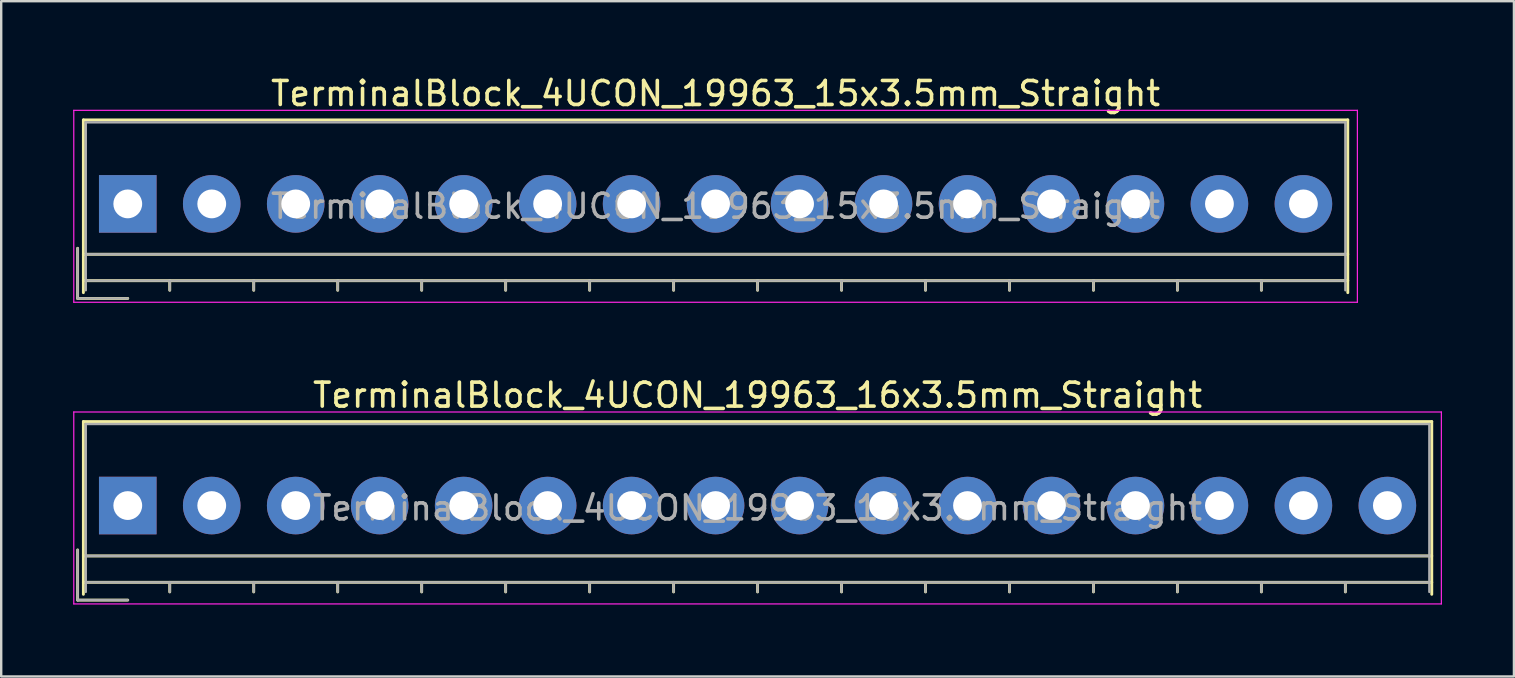
<source format=kicad_pcb>
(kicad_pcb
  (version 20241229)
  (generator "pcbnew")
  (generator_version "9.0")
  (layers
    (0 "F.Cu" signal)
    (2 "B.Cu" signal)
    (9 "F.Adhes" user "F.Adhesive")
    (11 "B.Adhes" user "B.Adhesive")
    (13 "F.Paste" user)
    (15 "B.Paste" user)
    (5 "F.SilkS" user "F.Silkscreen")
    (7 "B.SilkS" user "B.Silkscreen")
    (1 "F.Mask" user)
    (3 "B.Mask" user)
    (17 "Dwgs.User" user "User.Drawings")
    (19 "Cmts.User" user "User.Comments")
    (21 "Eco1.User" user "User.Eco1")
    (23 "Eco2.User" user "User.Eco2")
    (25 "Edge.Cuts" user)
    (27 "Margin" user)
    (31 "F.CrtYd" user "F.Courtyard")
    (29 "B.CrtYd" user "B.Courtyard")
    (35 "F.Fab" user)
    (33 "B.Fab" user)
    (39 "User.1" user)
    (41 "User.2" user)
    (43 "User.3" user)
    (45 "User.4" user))
  (footprint "TerminalBlock_4UCON_19963_15x3.5mm_Straight"
    (layer "F.Cu")
    (at 2.275 5.448)
    (property "Reference" "TerminalBlock_4UCON_19963_15x3.5mm_Straight" (at 24.5 -4.6 0) (layer "F.SilkS") (effects (font (size 1 1) (thickness 0.15))))
    (attr through_hole)
    (fp_line (start -2.09 1.85) (end -2.09 3.94) (stroke (width 0.12) (type solid)) (layer "F.SilkS"))
    (fp_line (start -2.09 3.94) (end 0 3.94) (stroke (width 0.12) (type solid)) (layer "F.SilkS"))
    (fp_line (start -1.85 -3.5) (end 50.85 -3.5) (stroke (width 0.12) (type solid)) (layer "F.SilkS"))
    (fp_line (start -1.85 2.1) (end 50.85 2.1) (stroke (width 0.12) (type solid)) (layer "F.SilkS"))
    (fp_line (start -1.85 3.2) (end 50.85 3.2) (stroke (width 0.12) (type solid)) (layer "F.SilkS"))
    (fp_line (start -1.85 3.7) (end -1.85 -3.5) (stroke (width 0.12) (type solid)) (layer "F.SilkS"))
    (fp_line (start 1.75 3.2) (end 1.75 3.6) (stroke (width 0.12) (type solid)) (layer "F.SilkS"))
    (fp_line (start 5.25 3.2) (end 5.25 3.6) (stroke (width 0.12) (type solid)) (layer "F.SilkS"))
    (fp_line (start 8.75 3.2) (end 8.75 3.6) (stroke (width 0.12) (type solid)) (layer "F.SilkS"))
    (fp_line (start 12.25 3.2) (end 12.25 3.6) (stroke (width 0.12) (type solid)) (layer "F.SilkS"))
    (fp_line (start 15.75 3.2) (end 15.75 3.6) (stroke (width 0.12) (type solid)) (layer "F.SilkS"))
    (fp_line (start 19.25 3.2) (end 19.25 3.6) (stroke (width 0.12) (type solid)) (layer "F.SilkS"))
    (fp_line (start 22.75 3.2) (end 22.75 3.6) (stroke (width 0.12) (type solid)) (layer "F.SilkS"))
    (fp_line (start 26.25 3.2) (end 26.25 3.6) (stroke (width 0.12) (type solid)) (layer "F.SilkS"))
    (fp_line (start 29.75 3.2) (end 29.75 3.6) (stroke (width 0.12) (type solid)) (layer "F.SilkS"))
    (fp_line (start 33.25 3.2) (end 33.25 3.6) (stroke (width 0.12) (type solid)) (layer "F.SilkS"))
    (fp_line (start 36.75 3.2) (end 36.75 3.6) (stroke (width 0.12) (type solid)) (layer "F.SilkS"))
    (fp_line (start 40.25 3.2) (end 40.25 3.6) (stroke (width 0.12) (type solid)) (layer "F.SilkS"))
    (fp_line (start 43.75 3.2) (end 43.75 3.6) (stroke (width 0.12) (type solid)) (layer "F.SilkS"))
    (fp_line (start 47.25 3.2) (end 47.25 3.6) (stroke (width 0.12) (type solid)) (layer "F.SilkS"))
    (fp_line (start 50.85 -3.5) (end 50.85 3.7) (stroke (width 0.12) (type solid)) (layer "F.SilkS"))
    (fp_line (start -2.25 -3.9) (end -2.25 4.1) (stroke (width 0.05) (type solid)) (layer "F.CrtYd"))
    (fp_line (start -2.25 4.1) (end 51.25 4.1) (stroke (width 0.05) (type solid)) (layer "F.CrtYd"))
    (fp_line (start 51.25 -3.9) (end -2.25 -3.9) (stroke (width 0.05) (type solid)) (layer "F.CrtYd"))
    (fp_line (start 51.25 4.1) (end 51.25 -3.9) (stroke (width 0.05) (type solid)) (layer "F.CrtYd"))
    (fp_line (start -2.09 1.85) (end -2.09 3.94) (stroke (width 0.1) (type solid)) (layer "F.Fab"))
    (fp_line (start -2.09 3.94) (end 0 3.94) (stroke (width 0.1) (type solid)) (layer "F.Fab"))
    (fp_line (start -1.75 -3.4) (end 50.75 -3.4) (stroke (width 0.1) (type solid)) (layer "F.Fab"))
    (fp_line (start -1.75 2.1) (end 50.75 2.1) (stroke (width 0.1) (type solid)) (layer "F.Fab"))
    (fp_line (start -1.75 3.2) (end 50.75 3.2) (stroke (width 0.1) (type solid)) (layer "F.Fab"))
    (fp_line (start -1.75 3.6) (end -1.75 -3.4) (stroke (width 0.1) (type solid)) (layer "F.Fab"))
    (fp_line (start 1.75 3.2) (end 1.75 3.6) (stroke (width 0.1) (type solid)) (layer "F.Fab"))
    (fp_line (start 5.25 3.2) (end 5.25 3.6) (stroke (width 0.1) (type solid)) (layer "F.Fab"))
    (fp_line (start 8.75 3.2) (end 8.75 3.6) (stroke (width 0.1) (type solid)) (layer "F.Fab"))
    (fp_line (start 12.25 3.2) (end 12.25 3.6) (stroke (width 0.1) (type solid)) (layer "F.Fab"))
    (fp_line (start 15.75 3.2) (end 15.75 3.6) (stroke (width 0.1) (type solid)) (layer "F.Fab"))
    (fp_line (start 19.25 3.2) (end 19.25 3.6) (stroke (width 0.1) (type solid)) (layer "F.Fab"))
    (fp_line (start 22.75 3.2) (end 22.75 3.6) (stroke (width 0.1) (type solid)) (layer "F.Fab"))
    (fp_line (start 26.25 3.2) (end 26.25 3.6) (stroke (width 0.1) (type solid)) (layer "F.Fab"))
    (fp_line (start 29.75 3.2) (end 29.75 3.6) (stroke (width 0.1) (type solid)) (layer "F.Fab"))
    (fp_line (start 33.25 3.2) (end 33.25 3.6) (stroke (width 0.1) (type solid)) (layer "F.Fab"))
    (fp_line (start 36.75 3.2) (end 36.75 3.6) (stroke (width 0.1) (type solid)) (layer "F.Fab"))
    (fp_line (start 40.25 3.2) (end 40.25 3.6) (stroke (width 0.1) (type solid)) (layer "F.Fab"))
    (fp_line (start 43.75 3.2) (end 43.75 3.6) (stroke (width 0.1) (type solid)) (layer "F.Fab"))
    (fp_line (start 47.25 3.2) (end 47.25 3.6) (stroke (width 0.1) (type solid)) (layer "F.Fab"))
    (fp_line (start 50.75 -3.4) (end 50.75 3.6) (stroke (width 0.1) (type solid)) (layer "F.Fab"))
    (fp_text user "${REFERENCE}" (at 24.5 0.1 0) (layer "F.Fab") (effects (font (size 1 1) (thickness 0.15))))
    (pad "1" thru_hole rect (at 0 0) (size 2.4 2.4) (drill 1.2) (layers "*.Cu" "*.Mask"))
    (pad "2" thru_hole circle (at 3.5 0) (size 2.4 2.4) (drill 1.2) (layers "*.Cu" "*.Mask"))
    (pad "3" thru_hole circle (at 7 0) (size 2.4 2.4) (drill 1.2) (layers "*.Cu" "*.Mask"))
    (pad "4" thru_hole circle (at 10.5 0) (size 2.4 2.4) (drill 1.2) (layers "*.Cu" "*.Mask"))
    (pad "5" thru_hole circle (at 14 0) (size 2.4 2.4) (drill 1.2) (layers "*.Cu" "*.Mask"))
    (pad "6" thru_hole circle (at 17.5 0) (size 2.4 2.4) (drill 1.2) (layers "*.Cu" "*.Mask"))
    (pad "7" thru_hole circle (at 21 0) (size 2.4 2.4) (drill 1.2) (layers "*.Cu" "*.Mask"))
    (pad "8" thru_hole circle (at 24.5 0) (size 2.4 2.4) (drill 1.2) (layers "*.Cu" "*.Mask"))
    (pad "9" thru_hole circle (at 28 0) (size 2.4 2.4) (drill 1.2) (layers "*.Cu" "*.Mask"))
    (pad "10" thru_hole circle (at 31.5 0) (size 2.4 2.4) (drill 1.2) (layers "*.Cu" "*.Mask"))
    (pad "11" thru_hole circle (at 35 0) (size 2.4 2.4) (drill 1.2) (layers "*.Cu" "*.Mask"))
    (pad "12" thru_hole circle (at 38.5 0) (size 2.4 2.4) (drill 1.2) (layers "*.Cu" "*.Mask"))
    (pad "13" thru_hole circle (at 42 0) (size 2.4 2.4) (drill 1.2) (layers "*.Cu" "*.Mask"))
    (pad "14" thru_hole circle (at 45.5 0) (size 2.4 2.4) (drill 1.2) (layers "*.Cu" "*.Mask"))
    (pad "15" thru_hole circle (at 49 0) (size 2.4 2.4) (drill 1.2) (layers "*.Cu" "*.Mask")))
  (footprint "TerminalBlock_4UCON_19963_16x3.5mm_Straight"
    (layer "F.Cu")
    (at 2.275 18.021)
    (property "Reference" "TerminalBlock_4UCON_19963_16x3.5mm_Straight" (at 26.25 -4.6 0) (layer "F.SilkS") (effects (font (size 1 1) (thickness 0.15))))
    (attr through_hole)
    (fp_line (start -2.09 1.85) (end -2.09 3.94) (stroke (width 0.12) (type solid)) (layer "F.SilkS"))
    (fp_line (start -2.09 3.94) (end 0 3.94) (stroke (width 0.12) (type solid)) (layer "F.SilkS"))
    (fp_line (start -1.85 -3.5) (end 54.35 -3.5) (stroke (width 0.12) (type solid)) (layer "F.SilkS"))
    (fp_line (start -1.85 2.1) (end 54.35 2.1) (stroke (width 0.12) (type solid)) (layer "F.SilkS"))
    (fp_line (start -1.85 3.2) (end 54.35 3.2) (stroke (width 0.12) (type solid)) (layer "F.SilkS"))
    (fp_line (start -1.85 3.7) (end -1.85 -3.5) (stroke (width 0.12) (type solid)) (layer "F.SilkS"))
    (fp_line (start 1.75 3.2) (end 1.75 3.6) (stroke (width 0.12) (type solid)) (layer "F.SilkS"))
    (fp_line (start 5.25 3.2) (end 5.25 3.6) (stroke (width 0.12) (type solid)) (layer "F.SilkS"))
    (fp_line (start 8.75 3.2) (end 8.75 3.6) (stroke (width 0.12) (type solid)) (layer "F.SilkS"))
    (fp_line (start 12.25 3.2) (end 12.25 3.6) (stroke (width 0.12) (type solid)) (layer "F.SilkS"))
    (fp_line (start 15.75 3.2) (end 15.75 3.6) (stroke (width 0.12) (type solid)) (layer "F.SilkS"))
    (fp_line (start 19.25 3.2) (end 19.25 3.6) (stroke (width 0.12) (type solid)) (layer "F.SilkS"))
    (fp_line (start 22.75 3.2) (end 22.75 3.6) (stroke (width 0.12) (type solid)) (layer "F.SilkS"))
    (fp_line (start 26.25 3.2) (end 26.25 3.6) (stroke (width 0.12) (type solid)) (layer "F.SilkS"))
    (fp_line (start 29.75 3.2) (end 29.75 3.6) (stroke (width 0.12) (type solid)) (layer "F.SilkS"))
    (fp_line (start 33.25 3.2) (end 33.25 3.6) (stroke (width 0.12) (type solid)) (layer "F.SilkS"))
    (fp_line (start 36.75 3.2) (end 36.75 3.6) (stroke (width 0.12) (type solid)) (layer "F.SilkS"))
    (fp_line (start 40.25 3.2) (end 40.25 3.6) (stroke (width 0.12) (type solid)) (layer "F.SilkS"))
    (fp_line (start 43.75 3.2) (end 43.75 3.6) (stroke (width 0.12) (type solid)) (layer "F.SilkS"))
    (fp_line (start 47.25 3.2) (end 47.25 3.6) (stroke (width 0.12) (type solid)) (layer "F.SilkS"))
    (fp_line (start 50.75 3.2) (end 50.75 3.6) (stroke (width 0.12) (type solid)) (layer "F.SilkS"))
    (fp_line (start 54.35 -3.5) (end 54.35 3.7) (stroke (width 0.12) (type solid)) (layer "F.SilkS"))
    (fp_line (start -2.25 -3.9) (end -2.25 4.1) (stroke (width 0.05) (type solid)) (layer "F.CrtYd"))
    (fp_line (start -2.25 4.1) (end 54.75 4.1) (stroke (width 0.05) (type solid)) (layer "F.CrtYd"))
    (fp_line (start 54.75 -3.9) (end -2.25 -3.9) (stroke (width 0.05) (type solid)) (layer "F.CrtYd"))
    (fp_line (start 54.75 4.1) (end 54.75 -3.9) (stroke (width 0.05) (type solid)) (layer "F.CrtYd"))
    (fp_line (start -2.09 1.85) (end -2.09 3.94) (stroke (width 0.1) (type solid)) (layer "F.Fab"))
    (fp_line (start -2.09 3.94) (end 0 3.94) (stroke (width 0.1) (type solid)) (layer "F.Fab"))
    (fp_line (start -1.75 -3.4) (end 54.25 -3.4) (stroke (width 0.1) (type solid)) (layer "F.Fab"))
    (fp_line (start -1.75 2.1) (end 54.25 2.1) (stroke (width 0.1) (type solid)) (layer "F.Fab"))
    (fp_line (start -1.75 3.2) (end 54.25 3.2) (stroke (width 0.1) (type solid)) (layer "F.Fab"))
    (fp_line (start -1.75 3.6) (end -1.75 -3.4) (stroke (width 0.1) (type solid)) (layer "F.Fab"))
    (fp_line (start 1.75 3.2) (end 1.75 3.6) (stroke (width 0.1) (type solid)) (layer "F.Fab"))
    (fp_line (start 5.25 3.2) (end 5.25 3.6) (stroke (width 0.1) (type solid)) (layer "F.Fab"))
    (fp_line (start 8.75 3.2) (end 8.75 3.6) (stroke (width 0.1) (type solid)) (layer "F.Fab"))
    (fp_line (start 12.25 3.2) (end 12.25 3.6) (stroke (width 0.1) (type solid)) (layer "F.Fab"))
    (fp_line (start 15.75 3.2) (end 15.75 3.6) (stroke (width 0.1) (type solid)) (layer "F.Fab"))
    (fp_line (start 19.25 3.2) (end 19.25 3.6) (stroke (width 0.1) (type solid)) (layer "F.Fab"))
    (fp_line (start 22.75 3.2) (end 22.75 3.6) (stroke (width 0.1) (type solid)) (layer "F.Fab"))
    (fp_line (start 26.25 3.2) (end 26.25 3.6) (stroke (width 0.1) (type solid)) (layer "F.Fab"))
    (fp_line (start 29.75 3.2) (end 29.75 3.6) (stroke (width 0.1) (type solid)) (layer "F.Fab"))
    (fp_line (start 33.25 3.2) (end 33.25 3.6) (stroke (width 0.1) (type solid)) (layer "F.Fab"))
    (fp_line (start 36.75 3.2) (end 36.75 3.6) (stroke (width 0.1) (type solid)) (layer "F.Fab"))
    (fp_line (start 40.25 3.2) (end 40.25 3.6) (stroke (width 0.1) (type solid)) (layer "F.Fab"))
    (fp_line (start 43.75 3.2) (end 43.75 3.6) (stroke (width 0.1) (type solid)) (layer "F.Fab"))
    (fp_line (start 47.25 3.2) (end 47.25 3.6) (stroke (width 0.1) (type solid)) (layer "F.Fab"))
    (fp_line (start 50.75 3.2) (end 50.75 3.6) (stroke (width 0.1) (type solid)) (layer "F.Fab"))
    (fp_line (start 54.25 -3.4) (end 54.25 3.6) (stroke (width 0.1) (type solid)) (layer "F.Fab"))
    (fp_text user "${REFERENCE}" (at 26.25 0.1 0) (layer "F.Fab") (effects (font (size 1 1) (thickness 0.15))))
    (pad "1" thru_hole rect (at 0 0) (size 2.4 2.4) (drill 1.2) (layers "*.Cu" "*.Mask"))
    (pad "2" thru_hole circle (at 3.5 0) (size 2.4 2.4) (drill 1.2) (layers "*.Cu" "*.Mask"))
    (pad "3" thru_hole circle (at 7 0) (size 2.4 2.4) (drill 1.2) (layers "*.Cu" "*.Mask"))
    (pad "4" thru_hole circle (at 10.5 0) (size 2.4 2.4) (drill 1.2) (layers "*.Cu" "*.Mask"))
    (pad "5" thru_hole circle (at 14 0) (size 2.4 2.4) (drill 1.2) (layers "*.Cu" "*.Mask"))
    (pad "6" thru_hole circle (at 17.5 0) (size 2.4 2.4) (drill 1.2) (layers "*.Cu" "*.Mask"))
    (pad "7" thru_hole circle (at 21 0) (size 2.4 2.4) (drill 1.2) (layers "*.Cu" "*.Mask"))
    (pad "8" thru_hole circle (at 24.5 0) (size 2.4 2.4) (drill 1.2) (layers "*.Cu" "*.Mask"))
    (pad "9" thru_hole circle (at 28 0) (size 2.4 2.4) (drill 1.2) (layers "*.Cu" "*.Mask"))
    (pad "10" thru_hole circle (at 31.5 0) (size 2.4 2.4) (drill 1.2) (layers "*.Cu" "*.Mask"))
    (pad "11" thru_hole circle (at 35 0) (size 2.4 2.4) (drill 1.2) (layers "*.Cu" "*.Mask"))
    (pad "12" thru_hole circle (at 38.5 0) (size 2.4 2.4) (drill 1.2) (layers "*.Cu" "*.Mask"))
    (pad "13" thru_hole circle (at 42 0) (size 2.4 2.4) (drill 1.2) (layers "*.Cu" "*.Mask"))
    (pad "14" thru_hole circle (at 45.5 0) (size 2.4 2.4) (drill 1.2) (layers "*.Cu" "*.Mask"))
    (pad "15" thru_hole circle (at 49 0) (size 2.4 2.4) (drill 1.2) (layers "*.Cu" "*.Mask"))
    (pad "16" thru_hole circle (at 52.5 0) (size 2.4 2.4) (drill 1.2) (layers "*.Cu" "*.Mask")))
  (gr_rect
    (start -3 -3)
    (end 60.05 25.146)
    (stroke (width 0.1) (type default))
    (fill no)
    (layer "Edge.Cuts")))
</source>
